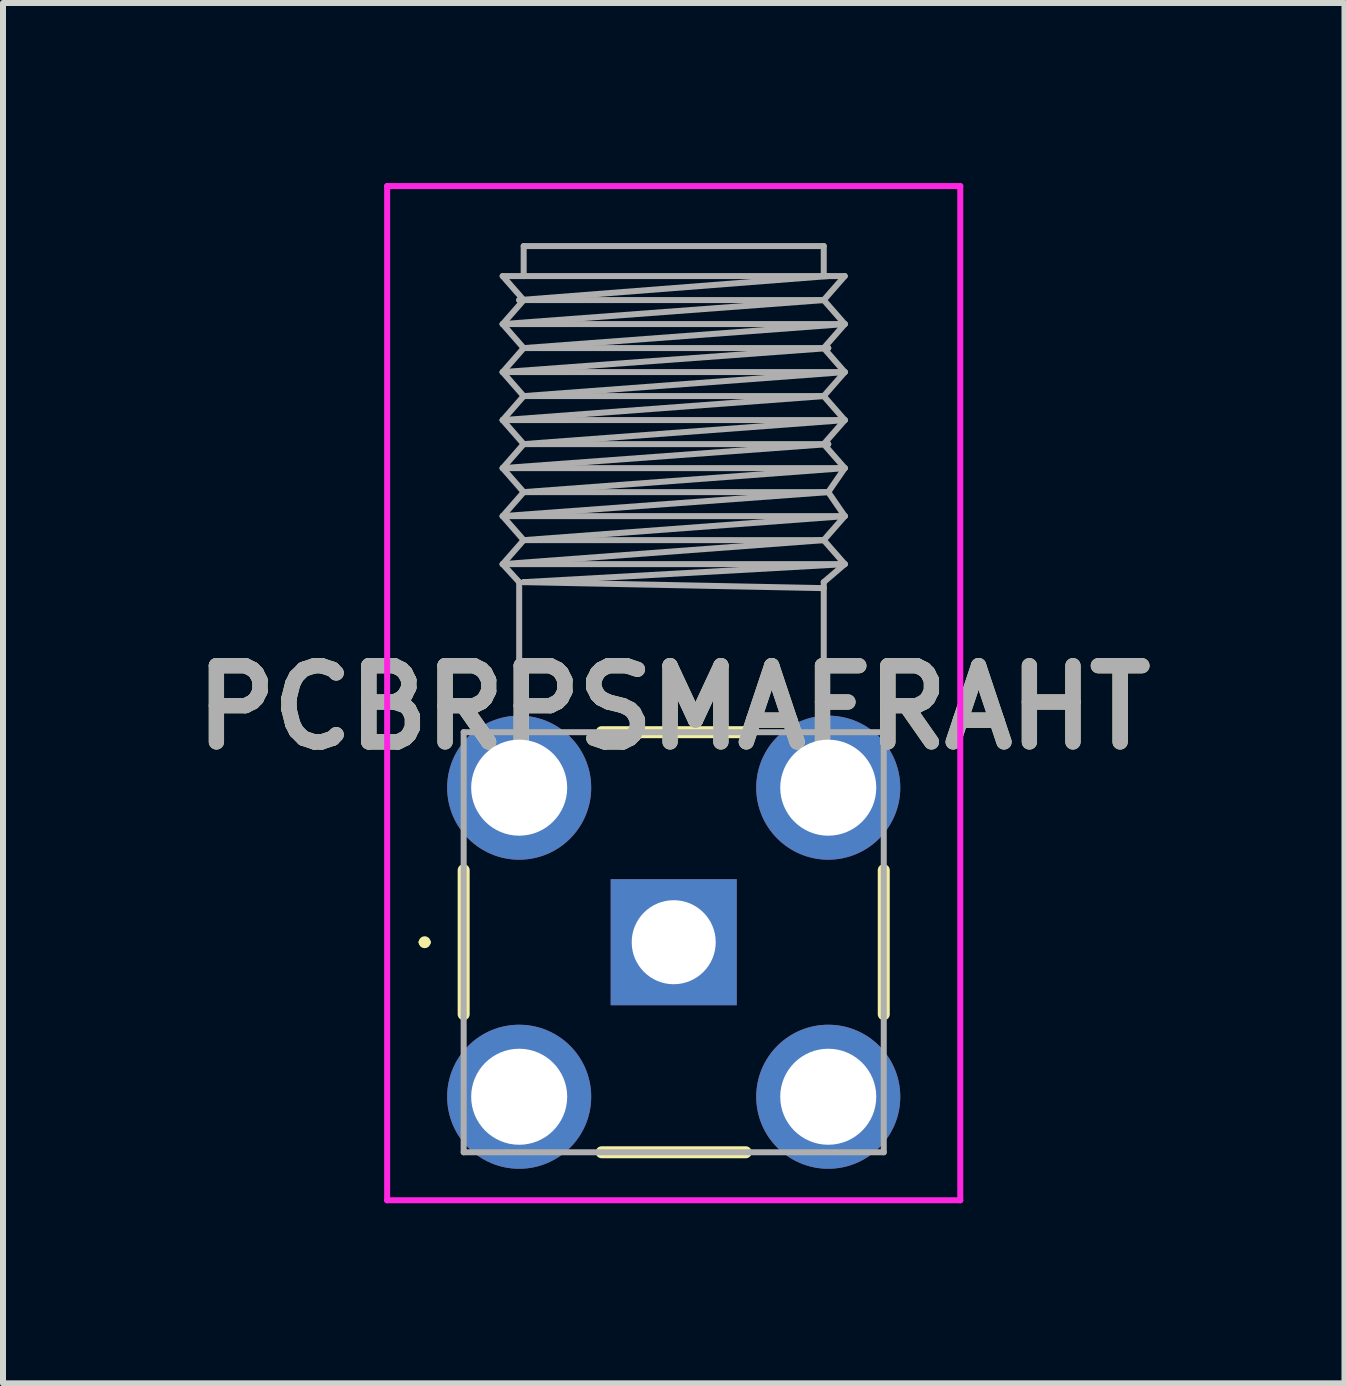
<source format=kicad_pcb>
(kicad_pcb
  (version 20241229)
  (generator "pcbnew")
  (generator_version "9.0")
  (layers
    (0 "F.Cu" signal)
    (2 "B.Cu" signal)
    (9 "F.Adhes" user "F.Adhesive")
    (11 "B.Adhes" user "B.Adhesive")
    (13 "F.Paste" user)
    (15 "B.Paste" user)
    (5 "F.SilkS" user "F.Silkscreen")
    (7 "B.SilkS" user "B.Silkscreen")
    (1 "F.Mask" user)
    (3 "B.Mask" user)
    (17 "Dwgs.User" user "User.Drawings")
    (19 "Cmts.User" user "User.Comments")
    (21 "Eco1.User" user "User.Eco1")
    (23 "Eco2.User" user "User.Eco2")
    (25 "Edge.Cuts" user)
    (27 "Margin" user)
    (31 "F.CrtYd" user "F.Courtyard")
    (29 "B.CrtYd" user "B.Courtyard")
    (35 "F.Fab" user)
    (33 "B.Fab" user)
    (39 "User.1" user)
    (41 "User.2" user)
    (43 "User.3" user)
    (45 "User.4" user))
  (footprint "PCBRPSMAFRAHT"
    (layer "F.Cu")
    (at 8.176 12.65)
    (property "Reference" "PCBRPSMAFRAHT" (at 0 -3.912 0) (layer "F.SilkS") (effects (font (size 1.27 1.27) (thickness 0.254))))
    (attr through_hole)
    (fp_line (start -4.2 0) (end -4.2 0) (stroke (width 0.1) (type solid)) (layer "F.SilkS"))
    (fp_line (start -4.1 0) (end -4.1 0) (stroke (width 0.1) (type solid)) (layer "F.SilkS"))
    (fp_line (start -3.5 -1.2) (end -3.5 1.2) (stroke (width 0.2) (type solid)) (layer "F.SilkS"))
    (fp_line (start -1.2 -3.5) (end 1.2 -3.5) (stroke (width 0.2) (type solid)) (layer "F.SilkS"))
    (fp_line (start -1.2 3.5) (end 1.2 3.5) (stroke (width 0.2) (type solid)) (layer "F.SilkS"))
    (fp_line (start 3.5 -1.2) (end 3.5 1.2) (stroke (width 0.2) (type solid)) (layer "F.SilkS"))
    (fp_arc (start -4.2 0) (mid -4.15 -0.05) (end -4.1 0) (stroke (width 0.1) (type solid)) (layer "F.SilkS"))
    (fp_arc (start -4.1 0) (mid -4.15 0.05) (end -4.2 0) (stroke (width 0.1) (type solid)) (layer "F.SilkS"))
    (fp_line (start -4.775 -12.6) (end 4.775 -12.6) (stroke (width 0.1) (type solid)) (layer "F.CrtYd"))
    (fp_line (start -4.775 4.3) (end -4.775 -12.6) (stroke (width 0.1) (type solid)) (layer "F.CrtYd"))
    (fp_line (start 4.775 -12.6) (end 4.775 4.3) (stroke (width 0.1) (type solid)) (layer "F.CrtYd"))
    (fp_line (start 4.775 4.3) (end -4.775 4.3) (stroke (width 0.1) (type solid)) (layer "F.CrtYd"))
    (fp_line (start -3.5 -3.5) (end 3.5 -3.5) (stroke (width 0.1) (type solid)) (layer "F.Fab"))
    (fp_line (start -3.5 3.5) (end -3.5 -3.5) (stroke (width 0.1) (type solid)) (layer "F.Fab"))
    (fp_line (start -2.85 -11.1) (end -2.5 -11.1) (stroke (width 0.1) (type solid)) (layer "F.Fab"))
    (fp_line (start -2.85 -10.3) (end -2.5 -10.7) (stroke (width 0.1) (type solid)) (layer "F.Fab"))
    (fp_line (start -2.85 -10.3) (end 2.5 -10.7) (stroke (width 0.1) (type solid)) (layer "F.Fab"))
    (fp_line (start -2.85 -9.5) (end -2.5 -9.9) (stroke (width 0.1) (type solid)) (layer "F.Fab"))
    (fp_line (start -2.85 -9.5) (end 2.575 -9.9) (stroke (width 0.1) (type solid)) (layer "F.Fab"))
    (fp_line (start -2.85 -8.7) (end -2.5 -9.1) (stroke (width 0.1) (type solid)) (layer "F.Fab"))
    (fp_line (start -2.85 -8.7) (end 2.5 -9.1) (stroke (width 0.1) (type solid)) (layer "F.Fab"))
    (fp_line (start -2.85 -7.9) (end -2.5 -8.3) (stroke (width 0.1) (type solid)) (layer "F.Fab"))
    (fp_line (start -2.85 -7.9) (end 2.575 -8.3) (stroke (width 0.1) (type solid)) (layer "F.Fab"))
    (fp_line (start -2.85 -7.1) (end -2.5 -7.5) (stroke (width 0.1) (type solid)) (layer "F.Fab"))
    (fp_line (start -2.85 -7.1) (end 2.575 -7.5) (stroke (width 0.1) (type solid)) (layer "F.Fab"))
    (fp_line (start -2.85 -6.3) (end -2.5 -6.7) (stroke (width 0.1) (type solid)) (layer "F.Fab"))
    (fp_line (start -2.85 -6.3) (end 2.5 -6.7) (stroke (width 0.1) (type solid)) (layer "F.Fab"))
    (fp_line (start -2.575 -10.7) (end 2.575 -11.1) (stroke (width 0.1) (type solid)) (layer "F.Fab"))
    (fp_line (start -2.575 -6) (end -2.85 -6.3) (stroke (width 0.1) (type solid)) (layer "F.Fab"))
    (fp_line (start -2.575 -3.5) (end -2.575 -6) (stroke (width 0.1) (type solid)) (layer "F.Fab"))
    (fp_line (start -2.5 -11.6) (end 2.5 -11.6) (stroke (width 0.1) (type solid)) (layer "F.Fab"))
    (fp_line (start -2.5 -11.1) (end -2.5 -11.6) (stroke (width 0.1) (type solid)) (layer "F.Fab"))
    (fp_line (start -2.5 -10.7) (end -2.85 -11.1) (stroke (width 0.1) (type solid)) (layer "F.Fab"))
    (fp_line (start -2.5 -9.9) (end -2.85 -10.3) (stroke (width 0.1) (type solid)) (layer "F.Fab"))
    (fp_line (start -2.5 -9.9) (end 2.85 -10.3) (stroke (width 0.1) (type solid)) (layer "F.Fab"))
    (fp_line (start -2.5 -9.1) (end -2.85 -9.5) (stroke (width 0.1) (type solid)) (layer "F.Fab"))
    (fp_line (start -2.5 -9.1) (end 2.85 -9.5) (stroke (width 0.1) (type solid)) (layer "F.Fab"))
    (fp_line (start -2.5 -8.3) (end -2.85 -8.7) (stroke (width 0.1) (type solid)) (layer "F.Fab"))
    (fp_line (start -2.5 -8.3) (end 2.85 -8.7) (stroke (width 0.1) (type solid)) (layer "F.Fab"))
    (fp_line (start -2.5 -7.5) (end -2.85 -7.9) (stroke (width 0.1) (type solid)) (layer "F.Fab"))
    (fp_line (start -2.5 -7.5) (end 2.85 -7.9) (stroke (width 0.1) (type solid)) (layer "F.Fab"))
    (fp_line (start -2.5 -6.7) (end -2.85 -7.1) (stroke (width 0.1) (type solid)) (layer "F.Fab"))
    (fp_line (start -2.5 -6.7) (end 2.85 -7.1) (stroke (width 0.1) (type solid)) (layer "F.Fab"))
    (fp_line (start -2.5 -6) (end 2.85 -6.3) (stroke (width 0.1) (type solid)) (layer "F.Fab"))
    (fp_line (start 2.5 -11.6) (end 2.5 -11.1) (stroke (width 0.1) (type solid)) (layer "F.Fab"))
    (fp_line (start 2.5 -11.1) (end 2.85 -11.1) (stroke (width 0.1) (type solid)) (layer "F.Fab"))
    (fp_line (start 2.5 -10.7) (end -2.575 -10.7) (stroke (width 0.1) (type solid)) (layer "F.Fab"))
    (fp_line (start 2.5 -10.7) (end 2.85 -10.3) (stroke (width 0.1) (type solid)) (layer "F.Fab"))
    (fp_line (start 2.5 -9.9) (end 2.85 -9.5) (stroke (width 0.1) (type solid)) (layer "F.Fab"))
    (fp_line (start 2.5 -9.1) (end -2.5 -9.1) (stroke (width 0.1) (type solid)) (layer "F.Fab"))
    (fp_line (start 2.5 -9.1) (end 2.85 -8.7) (stroke (width 0.1) (type solid)) (layer "F.Fab"))
    (fp_line (start 2.5 -8.3) (end 2.85 -7.9) (stroke (width 0.1) (type solid)) (layer "F.Fab"))
    (fp_line (start 2.5 -6.7) (end -2.5 -6.7) (stroke (width 0.1) (type solid)) (layer "F.Fab"))
    (fp_line (start 2.5 -6.7) (end 2.85 -6.3) (stroke (width 0.1) (type solid)) (layer "F.Fab"))
    (fp_line (start 2.5 -6) (end 2.5 -3.5) (stroke (width 0.1) (type solid)) (layer "F.Fab"))
    (fp_line (start 2.5 -5.9) (end -2.5 -6) (stroke (width 0.1) (type solid)) (layer "F.Fab"))
    (fp_line (start 2.575 -11.1) (end -2.5 -11.1) (stroke (width 0.1) (type solid)) (layer "F.Fab"))
    (fp_line (start 2.575 -9.9) (end -2.5 -9.9) (stroke (width 0.1) (type solid)) (layer "F.Fab"))
    (fp_line (start 2.575 -8.3) (end -2.5 -8.3) (stroke (width 0.1) (type solid)) (layer "F.Fab"))
    (fp_line (start 2.575 -7.5) (end -2.5 -7.5) (stroke (width 0.1) (type solid)) (layer "F.Fab"))
    (fp_line (start 2.575 -7.5) (end 2.85 -7.1) (stroke (width 0.1) (type solid)) (layer "F.Fab"))
    (fp_line (start 2.85 -11.1) (end 2.5 -10.7) (stroke (width 0.1) (type solid)) (layer "F.Fab"))
    (fp_line (start 2.85 -10.3) (end -2.85 -10.3) (stroke (width 0.1) (type solid)) (layer "F.Fab"))
    (fp_line (start 2.85 -10.3) (end 2.5 -9.9) (stroke (width 0.1) (type solid)) (layer "F.Fab"))
    (fp_line (start 2.85 -9.5) (end -2.85 -9.5) (stroke (width 0.1) (type solid)) (layer "F.Fab"))
    (fp_line (start 2.85 -9.5) (end 2.5 -9.1) (stroke (width 0.1) (type solid)) (layer "F.Fab"))
    (fp_line (start 2.85 -8.7) (end -2.85 -8.7) (stroke (width 0.1) (type solid)) (layer "F.Fab"))
    (fp_line (start 2.85 -8.7) (end 2.5 -8.3) (stroke (width 0.1) (type solid)) (layer "F.Fab"))
    (fp_line (start 2.85 -7.9) (end -2.85 -7.9) (stroke (width 0.1) (type solid)) (layer "F.Fab"))
    (fp_line (start 2.85 -7.9) (end 2.575 -7.5) (stroke (width 0.1) (type solid)) (layer "F.Fab"))
    (fp_line (start 2.85 -7.1) (end -2.85 -7.1) (stroke (width 0.1) (type solid)) (layer "F.Fab"))
    (fp_line (start 2.85 -7.1) (end 2.5 -6.7) (stroke (width 0.1) (type solid)) (layer "F.Fab"))
    (fp_line (start 2.85 -6.3) (end -2.85 -6.3) (stroke (width 0.1) (type solid)) (layer "F.Fab"))
    (fp_line (start 2.85 -6.3) (end 2.5 -6) (stroke (width 0.1) (type solid)) (layer "F.Fab"))
    (fp_line (start 3.5 -3.5) (end 3.5 3.5) (stroke (width 0.1) (type solid)) (layer "F.Fab"))
    (fp_line (start 3.5 3.5) (end -3.5 3.5) (stroke (width 0.1) (type solid)) (layer "F.Fab"))
    (fp_text user "${REFERENCE}" (at 0 -3.912 0) (layer "F.Fab") (effects (font (size 1.27 1.27) (thickness 0.254))))
    (pad "1" thru_hole rect (at 0 0) (size 2.1 2.1) (drill 1.4) (layers "*.Cu" "*.Mask"))
    (pad "2" thru_hole circle (at -2.575 2.575) (size 2.4 2.4) (drill 1.6) (layers "*.Cu" "*.Mask"))
    (pad "3" thru_hole circle (at 2.575 2.575) (size 2.4 2.4) (drill 1.6) (layers "*.Cu" "*.Mask"))
    (pad "4" thru_hole circle (at 2.575 -2.575) (size 2.4 2.4) (drill 1.6) (layers "*.Cu" "*.Mask"))
    (pad "5" thru_hole circle (at -2.575 -2.575) (size 2.4 2.4) (drill 1.6) (layers "*.Cu" "*.Mask")))
  (gr_rect
    (start -3 -3)
    (end 19.353 20)
    (stroke (width 0.1) (type default))
    (fill no)
    (layer "Edge.Cuts")))
</source>
